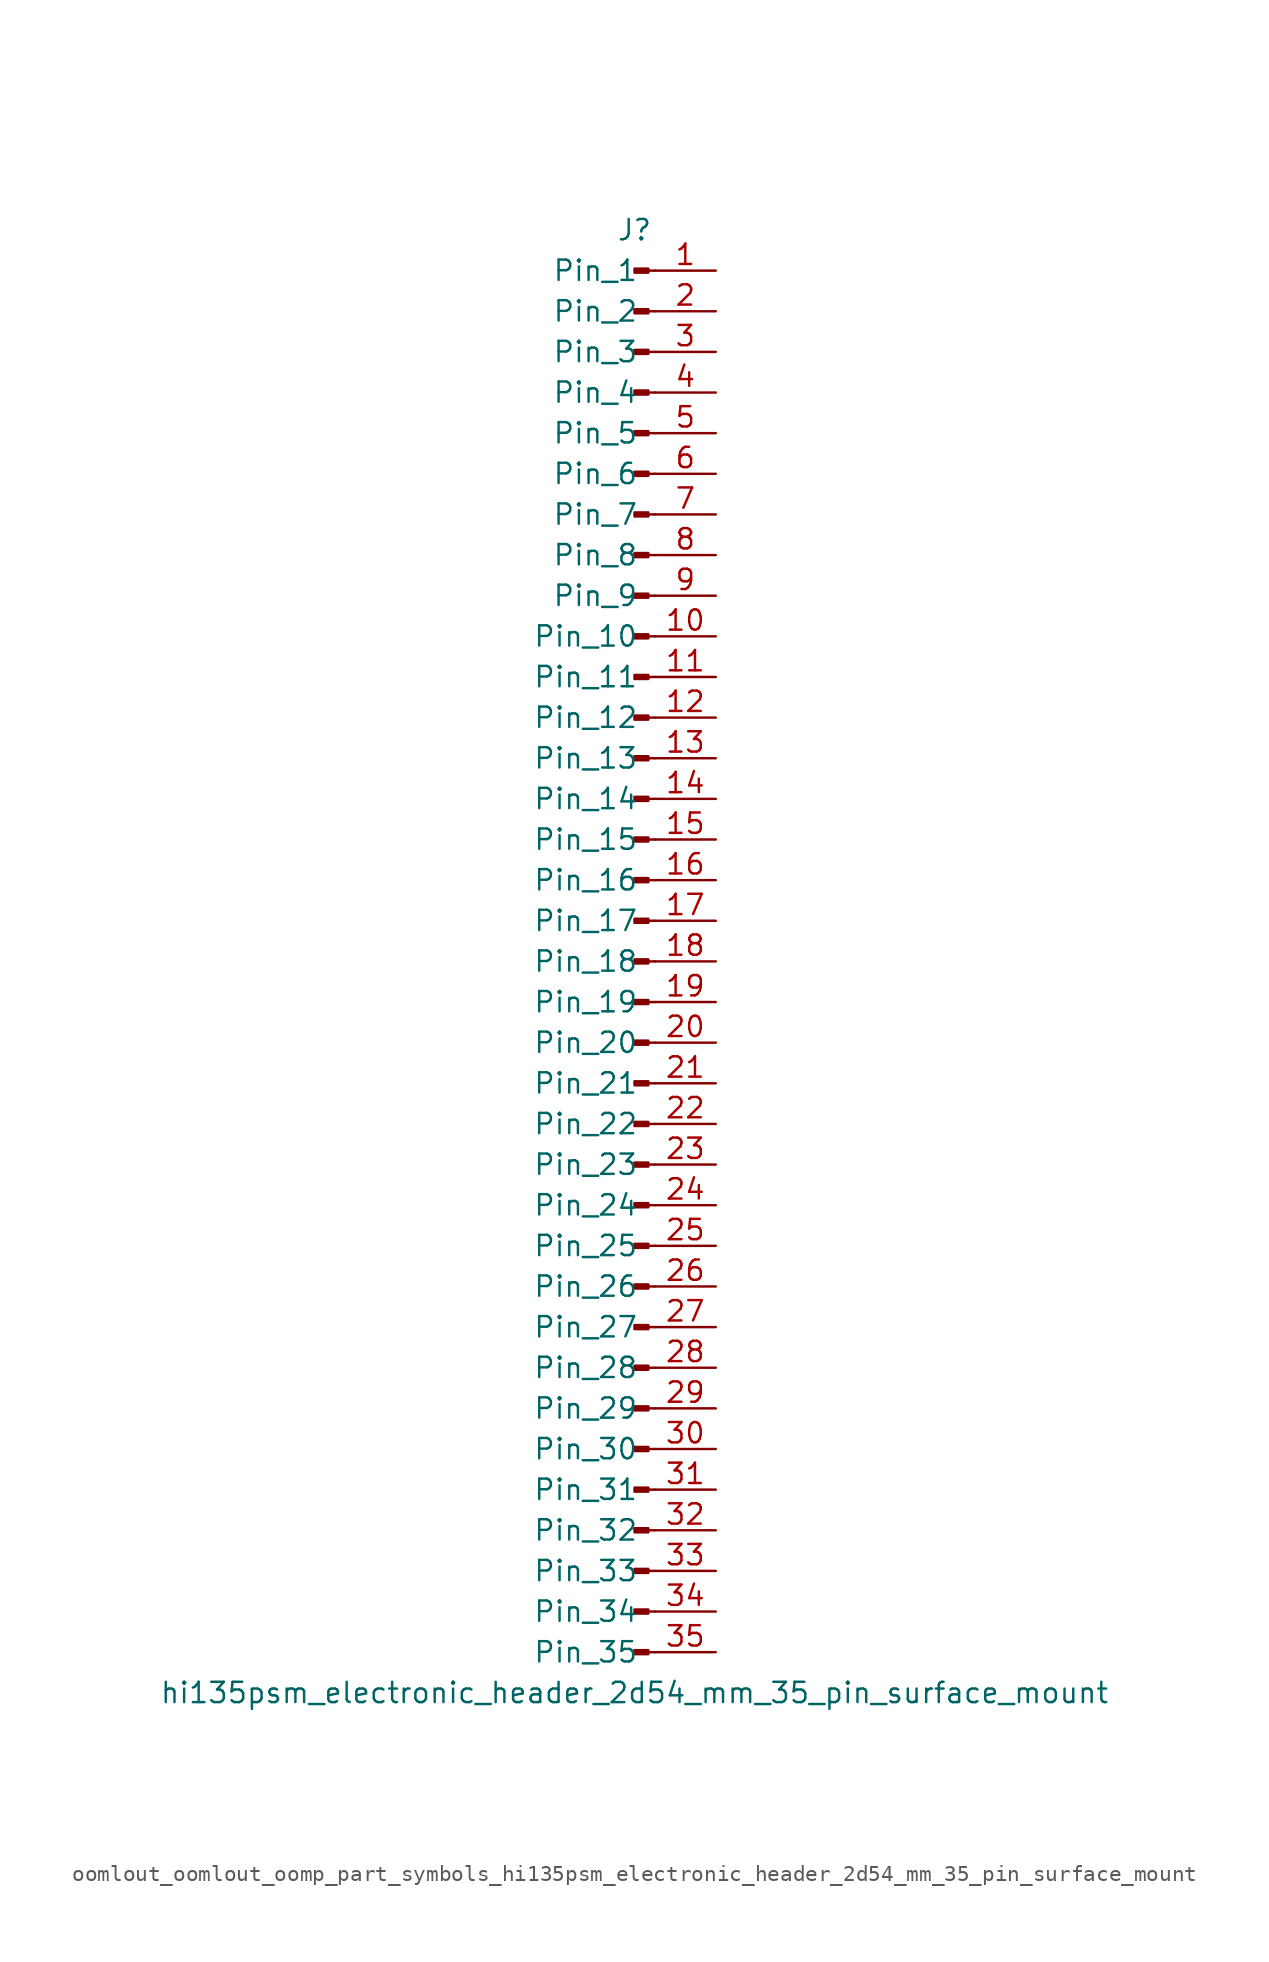
<source format=kicad_sym>
(kicad_symbol_lib
  (version 20220914)
  (generator kicad_symbol_editor)
  (symbol "oomlout_oomlout_oomp_part_symbols_hi135psm_electronic_header_2d54_mm_35_pin_surface_mount"
    (pin_names
      (offset 1.016))
    (property "Reference" "J"
      (at 0 45.72 0)
      (effects (font (size 1.27 1.27))))
    (property "Value" "hi135psm_electronic_header_2d54_mm_35_pin_surface_mount"
      (at 0 -45.72 0)
      (effects (font (size 1.27 1.27))))
    (property "ki_locked" ""
      (at 0 0 0)
      (effects (font (size 1.27 1.27))))
    (symbol "oomlout_oomlout_oomp_part_symbols_hi135psm_electronic_header_2d54_mm_35_pin_surface_mount_1_1"
      (polyline (pts (xy 1.27 -43.18) (xy 0.864 -43.18)) (stroke (width 0.152) (type default)) (fill (type none)))
      (polyline (pts (xy 1.27 -40.64) (xy 0.864 -40.64)) (stroke (width 0.152) (type default)) (fill (type none)))
      (polyline (pts (xy 1.27 -38.1) (xy 0.864 -38.1)) (stroke (width 0.152) (type default)) (fill (type none)))
      (polyline (pts (xy 1.27 -35.56) (xy 0.864 -35.56)) (stroke (width 0.152) (type default)) (fill (type none)))
      (polyline (pts (xy 1.27 -33.02) (xy 0.864 -33.02)) (stroke (width 0.152) (type default)) (fill (type none)))
      (polyline (pts (xy 1.27 -30.48) (xy 0.864 -30.48)) (stroke (width 0.152) (type default)) (fill (type none)))
      (polyline (pts (xy 1.27 -27.94) (xy 0.864 -27.94)) (stroke (width 0.152) (type default)) (fill (type none)))
      (polyline (pts (xy 1.27 -25.4) (xy 0.864 -25.4)) (stroke (width 0.152) (type default)) (fill (type none)))
      (polyline (pts (xy 1.27 -22.86) (xy 0.864 -22.86)) (stroke (width 0.152) (type default)) (fill (type none)))
      (polyline (pts (xy 1.27 -20.32) (xy 0.864 -20.32)) (stroke (width 0.152) (type default)) (fill (type none)))
      (polyline (pts (xy 1.27 -17.78) (xy 0.864 -17.78)) (stroke (width 0.152) (type default)) (fill (type none)))
      (polyline (pts (xy 1.27 -15.24) (xy 0.864 -15.24)) (stroke (width 0.152) (type default)) (fill (type none)))
      (polyline (pts (xy 1.27 -12.7) (xy 0.864 -12.7)) (stroke (width 0.152) (type default)) (fill (type none)))
      (polyline (pts (xy 1.27 -10.16) (xy 0.864 -10.16)) (stroke (width 0.152) (type default)) (fill (type none)))
      (polyline (pts (xy 1.27 -7.62) (xy 0.864 -7.62)) (stroke (width 0.152) (type default)) (fill (type none)))
      (polyline (pts (xy 1.27 -5.08) (xy 0.864 -5.08)) (stroke (width 0.152) (type default)) (fill (type none)))
      (polyline (pts (xy 1.27 -2.54) (xy 0.864 -2.54)) (stroke (width 0.152) (type default)) (fill (type none)))
      (polyline (pts (xy 1.27 0) (xy 0.864 0)) (stroke (width 0.152) (type default)) (fill (type none)))
      (polyline (pts (xy 1.27 2.54) (xy 0.864 2.54)) (stroke (width 0.152) (type default)) (fill (type none)))
      (polyline (pts (xy 1.27 5.08) (xy 0.864 5.08)) (stroke (width 0.152) (type default)) (fill (type none)))
      (polyline (pts (xy 1.27 7.62) (xy 0.864 7.62)) (stroke (width 0.152) (type default)) (fill (type none)))
      (polyline (pts (xy 1.27 10.16) (xy 0.864 10.16)) (stroke (width 0.152) (type default)) (fill (type none)))
      (polyline (pts (xy 1.27 12.7) (xy 0.864 12.7)) (stroke (width 0.152) (type default)) (fill (type none)))
      (polyline (pts (xy 1.27 15.24) (xy 0.864 15.24)) (stroke (width 0.152) (type default)) (fill (type none)))
      (polyline (pts (xy 1.27 17.78) (xy 0.864 17.78)) (stroke (width 0.152) (type default)) (fill (type none)))
      (polyline (pts (xy 1.27 20.32) (xy 0.864 20.32)) (stroke (width 0.152) (type default)) (fill (type none)))
      (polyline (pts (xy 1.27 22.86) (xy 0.864 22.86)) (stroke (width 0.152) (type default)) (fill (type none)))
      (polyline (pts (xy 1.27 25.4) (xy 0.864 25.4)) (stroke (width 0.152) (type default)) (fill (type none)))
      (polyline (pts (xy 1.27 27.94) (xy 0.864 27.94)) (stroke (width 0.152) (type default)) (fill (type none)))
      (polyline (pts (xy 1.27 30.48) (xy 0.864 30.48)) (stroke (width 0.152) (type default)) (fill (type none)))
      (polyline (pts (xy 1.27 33.02) (xy 0.864 33.02)) (stroke (width 0.152) (type default)) (fill (type none)))
      (polyline (pts (xy 1.27 35.56) (xy 0.864 35.56)) (stroke (width 0.152) (type default)) (fill (type none)))
      (polyline (pts (xy 1.27 38.1) (xy 0.864 38.1)) (stroke (width 0.152) (type default)) (fill (type none)))
      (polyline (pts (xy 1.27 40.64) (xy 0.864 40.64)) (stroke (width 0.152) (type default)) (fill (type none)))
      (polyline (pts (xy 1.27 43.18) (xy 0.864 43.18)) (stroke (width 0.152) (type default)) (fill (type none)))
      (rectangle (start 0.864 -43.053) (end 0 -43.307) (stroke (width 0.152) (type default)) (fill (type outline)))
      (rectangle (start 0.864 -40.513) (end 0 -40.767) (stroke (width 0.152) (type default)) (fill (type outline)))
      (rectangle (start 0.864 -37.973) (end 0 -38.227) (stroke (width 0.152) (type default)) (fill (type outline)))
      (rectangle (start 0.864 -35.433) (end 0 -35.687) (stroke (width 0.152) (type default)) (fill (type outline)))
      (rectangle (start 0.864 -32.893) (end 0 -33.147) (stroke (width 0.152) (type default)) (fill (type outline)))
      (rectangle (start 0.864 -30.353) (end 0 -30.607) (stroke (width 0.152) (type default)) (fill (type outline)))
      (rectangle (start 0.864 -27.813) (end 0 -28.067) (stroke (width 0.152) (type default)) (fill (type outline)))
      (rectangle (start 0.864 -25.273) (end 0 -25.527) (stroke (width 0.152) (type default)) (fill (type outline)))
      (rectangle (start 0.864 -22.733) (end 0 -22.987) (stroke (width 0.152) (type default)) (fill (type outline)))
      (rectangle (start 0.864 -20.193) (end 0 -20.447) (stroke (width 0.152) (type default)) (fill (type outline)))
      (rectangle (start 0.864 -17.653) (end 0 -17.907) (stroke (width 0.152) (type default)) (fill (type outline)))
      (rectangle (start 0.864 -15.113) (end 0 -15.367) (stroke (width 0.152) (type default)) (fill (type outline)))
      (rectangle (start 0.864 -12.573) (end 0 -12.827) (stroke (width 0.152) (type default)) (fill (type outline)))
      (rectangle (start 0.864 -10.033) (end 0 -10.287) (stroke (width 0.152) (type default)) (fill (type outline)))
      (rectangle (start 0.864 -7.493) (end 0 -7.747) (stroke (width 0.152) (type default)) (fill (type outline)))
      (rectangle (start 0.864 -4.953) (end 0 -5.207) (stroke (width 0.152) (type default)) (fill (type outline)))
      (rectangle (start 0.864 -2.413) (end 0 -2.667) (stroke (width 0.152) (type default)) (fill (type outline)))
      (rectangle (start 0.864 0.127) (end 0 -0.127) (stroke (width 0.152) (type default)) (fill (type outline)))
      (rectangle (start 0.864 2.667) (end 0 2.413) (stroke (width 0.152) (type default)) (fill (type outline)))
      (rectangle (start 0.864 5.207) (end 0 4.953) (stroke (width 0.152) (type default)) (fill (type outline)))
      (rectangle (start 0.864 7.747) (end 0 7.493) (stroke (width 0.152) (type default)) (fill (type outline)))
      (rectangle (start 0.864 10.287) (end 0 10.033) (stroke (width 0.152) (type default)) (fill (type outline)))
      (rectangle (start 0.864 12.827) (end 0 12.573) (stroke (width 0.152) (type default)) (fill (type outline)))
      (rectangle (start 0.864 15.367) (end 0 15.113) (stroke (width 0.152) (type default)) (fill (type outline)))
      (rectangle (start 0.864 17.907) (end 0 17.653) (stroke (width 0.152) (type default)) (fill (type outline)))
      (rectangle (start 0.864 20.447) (end 0 20.193) (stroke (width 0.152) (type default)) (fill (type outline)))
      (rectangle (start 0.864 22.987) (end 0 22.733) (stroke (width 0.152) (type default)) (fill (type outline)))
      (rectangle (start 0.864 25.527) (end 0 25.273) (stroke (width 0.152) (type default)) (fill (type outline)))
      (rectangle (start 0.864 28.067) (end 0 27.813) (stroke (width 0.152) (type default)) (fill (type outline)))
      (rectangle (start 0.864 30.607) (end 0 30.353) (stroke (width 0.152) (type default)) (fill (type outline)))
      (rectangle (start 0.864 33.147) (end 0 32.893) (stroke (width 0.152) (type default)) (fill (type outline)))
      (rectangle (start 0.864 35.687) (end 0 35.433) (stroke (width 0.152) (type default)) (fill (type outline)))
      (rectangle (start 0.864 38.227) (end 0 37.973) (stroke (width 0.152) (type default)) (fill (type outline)))
      (rectangle (start 0.864 40.767) (end 0 40.513) (stroke (width 0.152) (type default)) (fill (type outline)))
      (rectangle (start 0.864 43.307) (end 0 43.053) (stroke (width 0.152) (type default)) (fill (type outline)))
      (pin passive line (at 5.08 43.18 180) (length 3.81) (name "Pin_1" (effects (font (size 1.27 1.27)))) (number "1" (effects (font (size 1.27 1.27)))))
      (pin passive line (at 5.08 20.32 180) (length 3.81) (name "Pin_10" (effects (font (size 1.27 1.27)))) (number "10" (effects (font (size 1.27 1.27)))))
      (pin passive line (at 5.08 17.78 180) (length 3.81) (name "Pin_11" (effects (font (size 1.27 1.27)))) (number "11" (effects (font (size 1.27 1.27)))))
      (pin passive line (at 5.08 15.24 180) (length 3.81) (name "Pin_12" (effects (font (size 1.27 1.27)))) (number "12" (effects (font (size 1.27 1.27)))))
      (pin passive line (at 5.08 12.7 180) (length 3.81) (name "Pin_13" (effects (font (size 1.27 1.27)))) (number "13" (effects (font (size 1.27 1.27)))))
      (pin passive line (at 5.08 10.16 180) (length 3.81) (name "Pin_14" (effects (font (size 1.27 1.27)))) (number "14" (effects (font (size 1.27 1.27)))))
      (pin passive line (at 5.08 7.62 180) (length 3.81) (name "Pin_15" (effects (font (size 1.27 1.27)))) (number "15" (effects (font (size 1.27 1.27)))))
      (pin passive line (at 5.08 5.08 180) (length 3.81) (name "Pin_16" (effects (font (size 1.27 1.27)))) (number "16" (effects (font (size 1.27 1.27)))))
      (pin passive line (at 5.08 2.54 180) (length 3.81) (name "Pin_17" (effects (font (size 1.27 1.27)))) (number "17" (effects (font (size 1.27 1.27)))))
      (pin passive line (at 5.08 0 180) (length 3.81) (name "Pin_18" (effects (font (size 1.27 1.27)))) (number "18" (effects (font (size 1.27 1.27)))))
      (pin passive line (at 5.08 -2.54 180) (length 3.81) (name "Pin_19" (effects (font (size 1.27 1.27)))) (number "19" (effects (font (size 1.27 1.27)))))
      (pin passive line (at 5.08 40.64 180) (length 3.81) (name "Pin_2" (effects (font (size 1.27 1.27)))) (number "2" (effects (font (size 1.27 1.27)))))
      (pin passive line (at 5.08 -5.08 180) (length 3.81) (name "Pin_20" (effects (font (size 1.27 1.27)))) (number "20" (effects (font (size 1.27 1.27)))))
      (pin passive line (at 5.08 -7.62 180) (length 3.81) (name "Pin_21" (effects (font (size 1.27 1.27)))) (number "21" (effects (font (size 1.27 1.27)))))
      (pin passive line (at 5.08 -10.16 180) (length 3.81) (name "Pin_22" (effects (font (size 1.27 1.27)))) (number "22" (effects (font (size 1.27 1.27)))))
      (pin passive line (at 5.08 -12.7 180) (length 3.81) (name "Pin_23" (effects (font (size 1.27 1.27)))) (number "23" (effects (font (size 1.27 1.27)))))
      (pin passive line (at 5.08 -15.24 180) (length 3.81) (name "Pin_24" (effects (font (size 1.27 1.27)))) (number "24" (effects (font (size 1.27 1.27)))))
      (pin passive line (at 5.08 -17.78 180) (length 3.81) (name "Pin_25" (effects (font (size 1.27 1.27)))) (number "25" (effects (font (size 1.27 1.27)))))
      (pin passive line (at 5.08 -20.32 180) (length 3.81) (name "Pin_26" (effects (font (size 1.27 1.27)))) (number "26" (effects (font (size 1.27 1.27)))))
      (pin passive line (at 5.08 -22.86 180) (length 3.81) (name "Pin_27" (effects (font (size 1.27 1.27)))) (number "27" (effects (font (size 1.27 1.27)))))
      (pin passive line (at 5.08 -25.4 180) (length 3.81) (name "Pin_28" (effects (font (size 1.27 1.27)))) (number "28" (effects (font (size 1.27 1.27)))))
      (pin passive line (at 5.08 -27.94 180) (length 3.81) (name "Pin_29" (effects (font (size 1.27 1.27)))) (number "29" (effects (font (size 1.27 1.27)))))
      (pin passive line (at 5.08 38.1 180) (length 3.81) (name "Pin_3" (effects (font (size 1.27 1.27)))) (number "3" (effects (font (size 1.27 1.27)))))
      (pin passive line (at 5.08 -30.48 180) (length 3.81) (name "Pin_30" (effects (font (size 1.27 1.27)))) (number "30" (effects (font (size 1.27 1.27)))))
      (pin passive line (at 5.08 -33.02 180) (length 3.81) (name "Pin_31" (effects (font (size 1.27 1.27)))) (number "31" (effects (font (size 1.27 1.27)))))
      (pin passive line (at 5.08 -35.56 180) (length 3.81) (name "Pin_32" (effects (font (size 1.27 1.27)))) (number "32" (effects (font (size 1.27 1.27)))))
      (pin passive line (at 5.08 -38.1 180) (length 3.81) (name "Pin_33" (effects (font (size 1.27 1.27)))) (number "33" (effects (font (size 1.27 1.27)))))
      (pin passive line (at 5.08 -40.64 180) (length 3.81) (name "Pin_34" (effects (font (size 1.27 1.27)))) (number "34" (effects (font (size 1.27 1.27)))))
      (pin passive line (at 5.08 -43.18 180) (length 3.81) (name "Pin_35" (effects (font (size 1.27 1.27)))) (number "35" (effects (font (size 1.27 1.27)))))
      (pin passive line (at 5.08 35.56 180) (length 3.81) (name "Pin_4" (effects (font (size 1.27 1.27)))) (number "4" (effects (font (size 1.27 1.27)))))
      (pin passive line (at 5.08 33.02 180) (length 3.81) (name "Pin_5" (effects (font (size 1.27 1.27)))) (number "5" (effects (font (size 1.27 1.27)))))
      (pin passive line (at 5.08 30.48 180) (length 3.81) (name "Pin_6" (effects (font (size 1.27 1.27)))) (number "6" (effects (font (size 1.27 1.27)))))
      (pin passive line (at 5.08 27.94 180) (length 3.81) (name "Pin_7" (effects (font (size 1.27 1.27)))) (number "7" (effects (font (size 1.27 1.27)))))
      (pin passive line (at 5.08 25.4 180) (length 3.81) (name "Pin_8" (effects (font (size 1.27 1.27)))) (number "8" (effects (font (size 1.27 1.27)))))
      (pin passive line (at 5.08 22.86 180) (length 3.81) (name "Pin_9" (effects (font (size 1.27 1.27)))) (number "9" (effects (font (size 1.27 1.27))))))))
</source>
